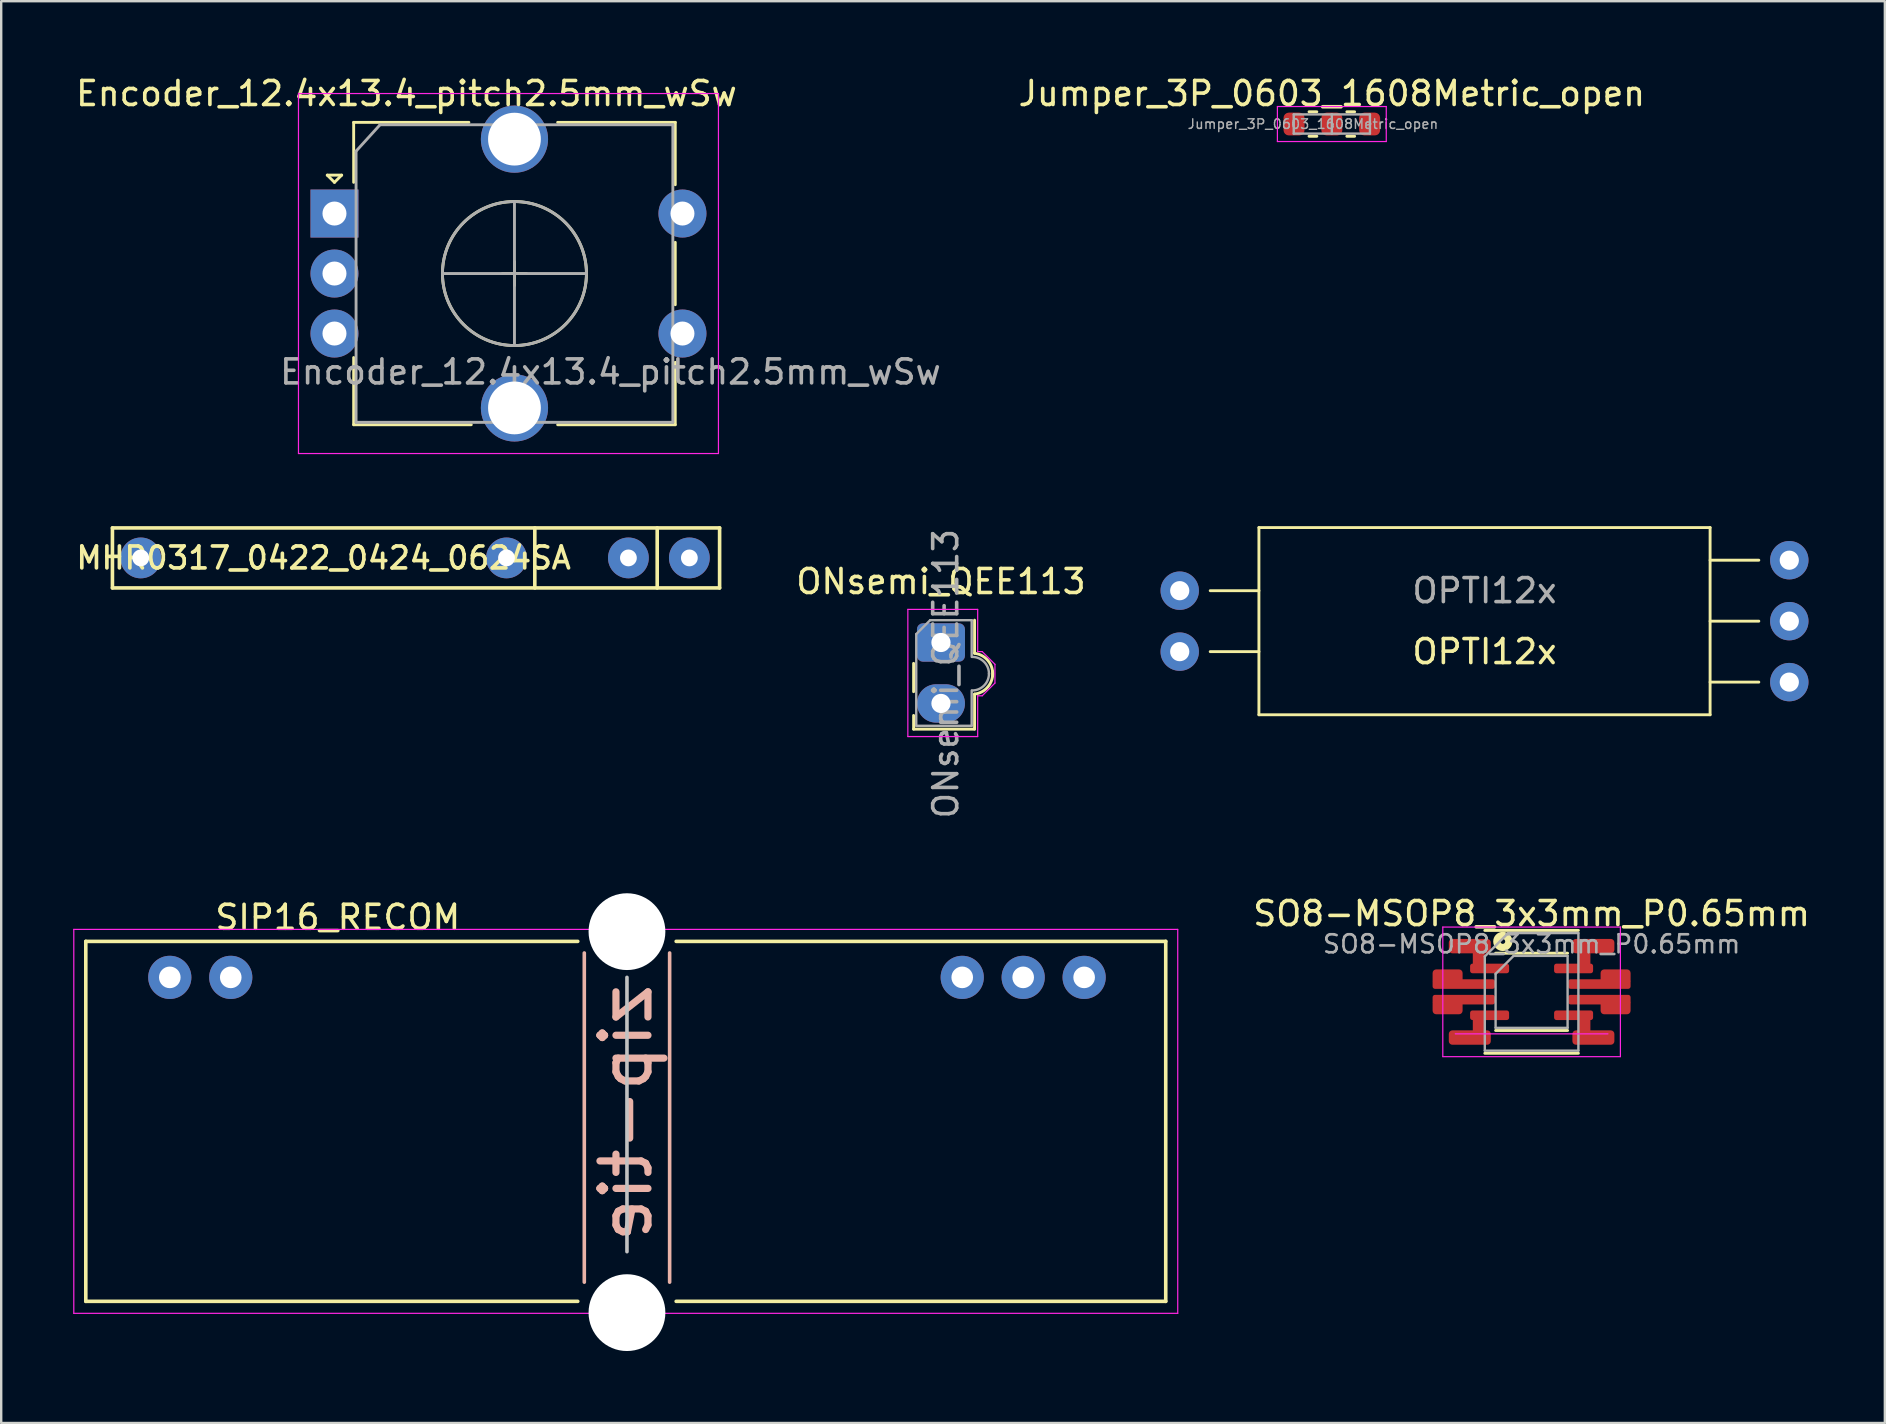
<source format=kicad_pcb>
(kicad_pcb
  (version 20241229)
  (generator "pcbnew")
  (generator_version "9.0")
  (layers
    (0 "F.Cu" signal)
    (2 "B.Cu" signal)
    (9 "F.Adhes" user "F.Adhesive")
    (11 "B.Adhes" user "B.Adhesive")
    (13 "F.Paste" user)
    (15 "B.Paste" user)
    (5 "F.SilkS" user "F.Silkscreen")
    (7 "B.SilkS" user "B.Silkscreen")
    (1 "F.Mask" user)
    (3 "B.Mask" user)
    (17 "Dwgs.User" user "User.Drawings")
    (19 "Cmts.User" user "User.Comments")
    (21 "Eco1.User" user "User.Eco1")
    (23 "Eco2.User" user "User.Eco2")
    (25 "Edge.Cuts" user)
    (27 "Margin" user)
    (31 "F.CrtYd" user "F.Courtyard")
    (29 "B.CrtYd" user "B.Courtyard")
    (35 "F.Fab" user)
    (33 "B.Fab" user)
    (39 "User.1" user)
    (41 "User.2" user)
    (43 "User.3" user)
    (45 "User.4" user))
  (footprint "SIP16_RECOM"
    (layer "F.Cu")
    (at 4.025 37.676)
    (property "Reference" "SIP16_RECOM" (at 7 -2.5 0) (layer "F.SilkS") (effects (font (size 1 1) (thickness 0.15))))
    (attr through_hole)
    (fp_line (start -3.5 13.5) (end -3.5 -1.5) (stroke (width 0.15) (type solid)) (layer "F.SilkS"))
    (fp_line (start -3.5 13.5) (end 17 13.5) (stroke (width 0.15) (type solid)) (layer "F.SilkS"))
    (fp_line (start 17 -1.5) (end -3.5 -1.5) (stroke (width 0.15) (type solid)) (layer "F.SilkS"))
    (fp_line (start 21.1 13.5) (end 41.5 13.5) (stroke (width 0.15) (type solid)) (layer "F.SilkS"))
    (fp_line (start 41.5 -1.5) (end 21.1 -1.5) (stroke (width 0.15) (type solid)) (layer "F.SilkS"))
    (fp_line (start 41.5 -1.5) (end 41.5 13.5) (stroke (width 0.15) (type solid)) (layer "F.SilkS"))
    (fp_line (start 17.272 -1.016) (end 17.272 12.7) (stroke (width 0.15) (type solid)) (layer "B.SilkS"))
    (fp_line (start 20.828 -1.016) (end 20.828 12.7) (stroke (width 0.15) (type solid)) (layer "B.SilkS"))
    (fp_line (start 19.05 11.43) (end 19.05 0) (stroke (width 0.15) (type solid)) (layer "Dwgs.User"))
    (fp_line (start -4 -2) (end 42 -2) (stroke (width 0.05) (type solid)) (layer "F.CrtYd"))
    (fp_line (start -4 14) (end -4 -2) (stroke (width 0.05) (type solid)) (layer "F.CrtYd"))
    (fp_line (start 42 -2) (end 42 14) (stroke (width 0.05) (type solid)) (layer "F.CrtYd"))
    (fp_line (start 42 14) (end -4 14) (stroke (width 0.05) (type solid)) (layer "F.CrtYd"))
    (fp_text user "zip-tie" (at 19.015 5.65 90) (layer "B.SilkS") (effects (font (size 2 2) (thickness 0.3)) (justify mirror)))
    (pad "" np_thru_hole circle (at 19.05 -1.905) (size 3.2 3.2) (drill 3.2) (layers "*.Cu" "*.Mask"))
    (pad "" np_thru_hole circle (at 19.05 13.97) (size 3.2 3.2) (drill 3.2) (layers "*.Cu" "*.Mask"))
    (pad "1" thru_hole circle (at 0 0) (size 1.8 1.8) (drill 0.9) (layers "*.Cu" "*.Mask"))
    (pad "2" thru_hole circle (at 2.54 0) (size 1.8 1.8) (drill 0.9) (layers "*.Cu" "*.Mask"))
    (pad "14" thru_hole circle (at 33.02 0) (size 1.8 1.8) (drill 0.9) (layers "*.Cu" "*.Mask"))
    (pad "15" thru_hole circle (at 35.56 0) (size 1.8 1.8) (drill 0.9) (layers "*.Cu" "*.Mask"))
    (pad "16" thru_hole circle (at 38.1 0) (size 1.8 1.8) (drill 0.9) (layers "*.Cu" "*.Mask")))
  (footprint "ONsemi_QEE113"
    (layer "F.Cu")
    (at 36.159 23.722)
    (property "Reference" "ONsemi_QEE113" (at 0 -2.54 0) (layer "F.SilkS") (effects (font (size 1 1) (thickness 0.15))))
    (attr through_hole)
    (fp_line (start -1.14 2.05) (end -1.14 0.87) (stroke (width 0.12) (type solid)) (layer "F.SilkS"))
    (fp_line (start -1.14 3.61) (end -1.14 3.04) (stroke (width 0.12) (type solid)) (layer "F.SilkS"))
    (fp_line (start 1.4 -0.93) (end 1.4 0.45) (stroke (width 0.12) (type solid)) (layer "F.SilkS"))
    (fp_line (start 1.4 2.15) (end 1.4 3.61) (stroke (width 0.12) (type solid)) (layer "F.SilkS"))
    (fp_line (start 1.4 3.61) (end -1.14 3.61) (stroke (width 0.12) (type solid)) (layer "F.SilkS"))
    (fp_arc (start 1.4 0.45) (mid 1.971751 0.76967) (end 2.15 1.4) (stroke (width 0.12) (type solid)) (layer "F.SilkS"))
    (fp_arc (start 2.15 1.2) (mid 1.971751 1.83033) (end 1.4 2.15) (stroke (width 0.12) (type solid)) (layer "F.SilkS"))
    (fp_line (start -1.38 -1.38) (end 1.53 -1.38) (stroke (width 0.05) (type solid)) (layer "F.CrtYd"))
    (fp_line (start -1.38 3.92) (end -1.38 -1.38) (stroke (width 0.05) (type solid)) (layer "F.CrtYd"))
    (fp_line (start 1.53 -1.38) (end 1.53 0.38) (stroke (width 0.05) (type solid)) (layer "F.CrtYd"))
    (fp_line (start 1.53 0.38) (end 1.72 0.38) (stroke (width 0.05) (type solid)) (layer "F.CrtYd"))
    (fp_line (start 1.53 2.22) (end 1.53 3.92) (stroke (width 0.05) (type solid)) (layer "F.CrtYd"))
    (fp_line (start 1.53 2.22) (end 1.72 2.22) (stroke (width 0.05) (type solid)) (layer "F.CrtYd"))
    (fp_line (start 1.53 3.92) (end -1.38 3.92) (stroke (width 0.05) (type solid)) (layer "F.CrtYd"))
    (fp_line (start 1.72 2.22) (end 2.25 1.69) (stroke (width 0.05) (type solid)) (layer "F.CrtYd"))
    (fp_line (start 2.25 0.91) (end 1.72 0.38) (stroke (width 0.05) (type solid)) (layer "F.CrtYd"))
    (fp_line (start 2.25 1.69) (end 2.25 0.91) (stroke (width 0.05) (type solid)) (layer "F.CrtYd"))
    (fp_line (start -1.03 3.47) (end -1.03 -0.35) (stroke (width 0.1) (type solid)) (layer "F.Fab"))
    (fp_line (start -0.45 -0.93) (end -1.03 -0.35) (stroke (width 0.1) (type solid)) (layer "F.Fab"))
    (fp_line (start -0.45 -0.93) (end 1.28 -0.93) (stroke (width 0.1) (type solid)) (layer "F.Fab"))
    (fp_line (start 1.28 -0.93) (end 1.28 0.6) (stroke (width 0.1) (type solid)) (layer "F.Fab"))
    (fp_line (start 1.28 3.47) (end -1.03 3.47) (stroke (width 0.1) (type solid)) (layer "F.Fab"))
    (fp_line (start 1.28 3.47) (end 1.28 2) (stroke (width 0.1) (type solid)) (layer "F.Fab"))
    (fp_arc (start 1.3 0.6) (mid 1.794975 0.805025) (end 2 1.3) (stroke (width 0.1) (type solid)) (layer "F.Fab"))
    (fp_arc (start 2 1.3) (mid 1.794975 1.794975) (end 1.3 2) (stroke (width 0.1) (type solid)) (layer "F.Fab"))
    (fp_text user "${REFERENCE}" (at 0.2 1.3 90) (layer "F.Fab") (effects (font (size 1 1) (thickness 0.15))))
    (pad "1" thru_hole oval (at 0 2.54) (size 2 1.6) (drill 0.8) (layers "*.Cu" "*.Mask"))
    (pad "2" thru_hole roundrect (at 0 0) (size 2 1.6) (drill 0.8) (layers "*.Cu" "*.Mask") (roundrect_rratio 0.156)))
  (footprint "MHR0317_0422_0424_0624SA"
    (layer "F.Cu")
    (at 10.435 20.198)
    (property "Reference" "MHR0317_0422_0424_0624SA" (at 0 0 0) (layer "F.SilkS") (effects (font (size 0.914 0.914) (thickness 0.152))))
    (attr through_hole)
    (fp_line (start -8.8 -1.25) (end -8.8 1.25) (stroke (width 0.15) (type solid)) (layer "F.SilkS"))
    (fp_line (start -8.8 -1.25) (end 16.5 -1.25) (stroke (width 0.15) (type solid)) (layer "F.SilkS"))
    (fp_line (start 8.8 1.25) (end 8.8 -1.25) (stroke (width 0.15) (type solid)) (layer "F.SilkS"))
    (fp_line (start 13.9 -1.25) (end 13.9 1.25) (stroke (width 0.15) (type solid)) (layer "F.SilkS"))
    (fp_line (start 16.5 -1.25) (end 16.5 1.25) (stroke (width 0.15) (type solid)) (layer "F.SilkS"))
    (fp_line (start 16.5 1.25) (end -8.8 1.25) (stroke (width 0.15) (type solid)) (layer "F.SilkS"))
    (pad "1" thru_hole circle (at -7.62 0) (size 1.7 1.7) (drill 0.7) (layers "*.Cu" "*.Mask"))
    (pad "2" thru_hole circle (at 7.62 0) (size 1.7 1.7) (drill 0.7) (layers "*.Cu" "*.Mask"))
    (pad "2" thru_hole circle (at 12.7 0) (size 1.7 1.7) (drill 0.7) (layers "*.Cu" "*.Mask"))
    (pad "2" thru_hole oval (at 15.24 0) (size 1.7 1.7) (drill 0.7) (layers "*.Cu" "*.Mask")))
  (footprint "SO8-MSOP8_3x3mm_P0.65mm"
    (layer "F.Cu")
    (at 60.77 38.279)
    (property "Reference" "SO8-MSOP8_3x3mm_P0.65mm" (at 0 -3.26 0) (layer "F.SilkS") (effects (font (size 1 1) (thickness 0.15))))
    (attr smd)
    (fp_line (start -2.2 -1.1) (end -2.2 -1.9) (stroke (width 0.5) (type solid)) (layer "F.Cu"))
    (fp_line (start -2.2 1.9) (end -2.2 1.1) (stroke (width 0.5) (type solid)) (layer "F.Cu"))
    (fp_line (start 2.2 -1.1) (end 2.2 -1.9) (stroke (width 0.5) (type solid)) (layer "F.Cu"))
    (fp_line (start 2.2 1.9) (end 2.2 1.1) (stroke (width 0.5) (type solid)) (layer "F.Cu"))
    (fp_line (start -1.95 -2.56) (end 1.95 -2.56) (stroke (width 0.12) (type solid)) (layer "F.SilkS"))
    (fp_line (start -1.95 2.56) (end 1.95 2.56) (stroke (width 0.12) (type solid)) (layer "F.SilkS"))
    (fp_line (start -1.5 -1.61) (end 1.5 -1.61) (stroke (width 0.12) (type solid)) (layer "F.SilkS"))
    (fp_line (start -1.5 1.61) (end 1.5 1.61) (stroke (width 0.12) (type solid)) (layer "F.SilkS"))
    (fp_circle (center -1.2 -2.1) (end -1.1 -2.1) (stroke (width 0.3) (type solid)) (fill no) (layer "F.SilkS"))
    (fp_line (start -3.7 -2.7) (end -3.7 2.7) (stroke (width 0.05) (type solid)) (layer "F.CrtYd"))
    (fp_line (start -3.7 2.7) (end 3.7 2.7) (stroke (width 0.05) (type solid)) (layer "F.CrtYd"))
    (fp_line (start -3.18 1.75) (end 3.18 1.75) (stroke (width 0.05) (type solid)) (layer "F.CrtYd"))
    (fp_line (start 3.7 -2.7) (end -3.7 -2.7) (stroke (width 0.05) (type solid)) (layer "F.CrtYd"))
    (fp_line (start 3.7 2.7) (end 3.7 -2.7) (stroke (width 0.05) (type solid)) (layer "F.CrtYd"))
    (fp_line (start -1.95 -1.475) (end -0.975 -2.45) (stroke (width 0.1) (type solid)) (layer "F.Fab"))
    (fp_line (start -1.95 2.45) (end -1.95 -1.475) (stroke (width 0.1) (type solid)) (layer "F.Fab"))
    (fp_line (start -1.5 -0.75) (end -0.75 -1.5) (stroke (width 0.1) (type solid)) (layer "F.Fab"))
    (fp_line (start -1.5 1.5) (end -1.5 -0.75) (stroke (width 0.1) (type solid)) (layer "F.Fab"))
    (fp_line (start -0.975 -2.45) (end 1.95 -2.45) (stroke (width 0.1) (type solid)) (layer "F.Fab"))
    (fp_line (start -0.75 -1.5) (end 1.5 -1.5) (stroke (width 0.1) (type solid)) (layer "F.Fab"))
    (fp_line (start 1.5 -1.5) (end 1.5 1.5) (stroke (width 0.1) (type solid)) (layer "F.Fab"))
    (fp_line (start 1.5 1.5) (end -1.5 1.5) (stroke (width 0.1) (type solid)) (layer "F.Fab"))
    (fp_line (start 1.95 -2.45) (end 1.95 2.45) (stroke (width 0.1) (type solid)) (layer "F.Fab"))
    (fp_line (start 1.95 2.45) (end -1.95 2.45) (stroke (width 0.1) (type solid)) (layer "F.Fab"))
    (fp_text user "${REFERENCE}" (at 0 -1.99 0) (layer "F.Fab") (effects (font (size 0.75 0.75) (thickness 0.11))))
    (pad "1" smd roundrect (at -2.575 -1.905) (size 1.75 0.6) (layers "F.Cu" "F.Mask" "F.Paste") (roundrect_rratio 0.25))
    (pad "1" smd roundrect (at -1.75 -0.975) (size 1.625 0.4) (layers "F.Cu" "F.Mask" "F.Paste") (roundrect_rratio 0.25))
    (pad "2" smd roundrect (at -3.5 -0.635) (size 1.25 0.6) (layers "F.Cu" "F.Mask" "F.Paste") (roundrect_rratio 0.25))
    (pad "2" smd roundrect (at -2.825 -0.325) (size 2.6 0.4) (layers "F.Cu" "F.Mask" "F.Paste") (roundrect_rratio 0.25))
    (pad "3" smd roundrect (at -3.5 0.635) (size 1.25 0.6) (layers "F.Cu" "F.Mask" "F.Paste") (roundrect_rratio 0.25))
    (pad "3" smd roundrect (at -2.825 0.325) (size 2.6 0.4) (layers "F.Cu" "F.Mask" "F.Paste") (roundrect_rratio 0.25))
    (pad "4" smd roundrect (at -2.575 1.905) (size 1.75 0.6) (layers "F.Cu" "F.Mask" "F.Paste") (roundrect_rratio 0.25))
    (pad "4" smd roundrect (at -1.75 0.975) (size 1.625 0.4) (layers "F.Cu" "F.Mask" "F.Paste") (roundrect_rratio 0.25))
    (pad "5" smd roundrect (at 1.75 0.975) (size 1.625 0.4) (layers "F.Cu" "F.Mask" "F.Paste") (roundrect_rratio 0.25))
    (pad "5" smd roundrect (at 2.575 1.905) (size 1.75 0.6) (layers "F.Cu" "F.Mask" "F.Paste") (roundrect_rratio 0.25))
    (pad "6" smd roundrect (at 2.825 0.325) (size 2.6 0.4) (layers "F.Cu" "F.Mask" "F.Paste") (roundrect_rratio 0.25))
    (pad "6" smd roundrect (at 3.5 0.635) (size 1.25 0.6) (layers "F.Cu" "F.Mask" "F.Paste") (roundrect_rratio 0.25))
    (pad "7" smd roundrect (at 2.825 -0.325) (size 2.6 0.4) (layers "F.Cu" "F.Mask" "F.Paste") (roundrect_rratio 0.25))
    (pad "7" smd roundrect (at 3.5 -0.635) (size 1.25 0.6) (layers "F.Cu" "F.Mask" "F.Paste") (roundrect_rratio 0.25))
    (pad "8" smd roundrect (at 1.75 -0.975) (size 1.625 0.4) (layers "F.Cu" "F.Mask" "F.Paste") (roundrect_rratio 0.25))
    (pad "8" smd roundrect (at 2.575 -1.905) (size 1.75 0.6) (layers "F.Cu" "F.Mask" "F.Paste") (roundrect_rratio 0.25)))
  (footprint "OPTI12x"
    (layer "F.Cu")
    (at 58.808 22.833)
    (property "Reference" "OPTI12x" (at 0 1.27 0) (layer "F.SilkS") (effects (font (size 1 1) (thickness 0.15))))
    (attr through_hole)
    (fp_line (start -11.43 -1.27) (end -9.4 -1.27) (stroke (width 0.12) (type solid)) (layer "F.SilkS"))
    (fp_line (start -11.43 1.27) (end -9.4 1.27) (stroke (width 0.12) (type solid)) (layer "F.SilkS"))
    (fp_line (start -9.4 -3.9) (end -9.4 3.9) (stroke (width 0.12) (type solid)) (layer "F.SilkS"))
    (fp_line (start 9.4 -3.9) (end -9.4 -3.9) (stroke (width 0.12) (type solid)) (layer "F.SilkS"))
    (fp_line (start 9.4 3.9) (end -9.4 3.9) (stroke (width 0.12) (type solid)) (layer "F.SilkS"))
    (fp_line (start 9.4 3.9) (end 9.4 -3.9) (stroke (width 0.12) (type solid)) (layer "F.SilkS"))
    (fp_line (start 11.43 -2.54) (end 9.4 -2.54) (stroke (width 0.12) (type solid)) (layer "F.SilkS"))
    (fp_line (start 11.43 0) (end 9.4 0) (stroke (width 0.12) (type solid)) (layer "F.SilkS"))
    (fp_line (start 11.43 2.54) (end 9.4 2.54) (stroke (width 0.12) (type solid)) (layer "F.SilkS"))
    (fp_text user "${REFERENCE}" (at 0 -1.27 0) (layer "F.Fab") (effects (font (size 1 1) (thickness 0.15))))
    (pad "1" thru_hole circle (at -12.7 -1.27) (size 1.6 1.6) (drill 0.8) (layers "*.Cu" "*.Mask"))
    (pad "2" thru_hole circle (at -12.7 1.27) (size 1.6 1.6) (drill 0.8) (layers "*.Cu" "*.Mask"))
    (pad "3" thru_hole circle (at 12.7 2.54) (size 1.6 1.6) (drill 0.8) (layers "*.Cu" "*.Mask"))
    (pad "4" thru_hole circle (at 12.7 0) (size 1.6 1.6) (drill 0.8) (layers "*.Cu" "*.Mask"))
    (pad "5" thru_hole circle (at 12.7 -2.54) (size 1.6 1.6) (drill 0.8) (layers "*.Cu" "*.Mask")))
  (footprint "Encoder_12.4x13.4_pitch2.5mm_wSw"
    (layer "F.Cu")
    (at 10.887 5.848)
    (property "Reference" "Encoder_12.4x13.4_pitch2.5mm_wSw" (at 3 -5 0) (layer "F.SilkS") (effects (font (size 1 1) (thickness 0.15))))
    (attr through_hole)
    (fp_line (start -0.3 -1.6) (end 0.3 -1.6) (stroke (width 0.12) (type solid)) (layer "F.SilkS"))
    (fp_line (start 0 -1.3) (end -0.3 -1.6) (stroke (width 0.12) (type solid)) (layer "F.SilkS"))
    (fp_line (start 0.3 -1.6) (end 0 -1.3) (stroke (width 0.12) (type solid)) (layer "F.SilkS"))
    (fp_line (start 0.8 -3.8) (end 0.8 -1.3) (stroke (width 0.12) (type solid)) (layer "F.SilkS"))
    (fp_line (start 0.8 8.8) (end 0.8 6) (stroke (width 0.12) (type solid)) (layer "F.SilkS"))
    (fp_line (start 5.6 -3.8) (end 0.8 -3.8) (stroke (width 0.12) (type solid)) (layer "F.SilkS"))
    (fp_line (start 5.7 8.8) (end 0.8 8.8) (stroke (width 0.12) (type solid)) (layer "F.SilkS"))
    (fp_line (start 7 2.5) (end 8 2.5) (stroke (width 0.12) (type solid)) (layer "F.SilkS"))
    (fp_line (start 7.5 2) (end 7.5 3) (stroke (width 0.12) (type solid)) (layer "F.SilkS"))
    (fp_line (start 9.3 -3.8) (end 14.2 -3.8) (stroke (width 0.12) (type solid)) (layer "F.SilkS"))
    (fp_line (start 14.2 -3.8) (end 14.2 -1.2) (stroke (width 0.12) (type solid)) (layer "F.SilkS"))
    (fp_line (start 14.2 1.2) (end 14.2 3.8) (stroke (width 0.12) (type solid)) (layer "F.SilkS"))
    (fp_line (start 14.2 6.2) (end 14.2 8.8) (stroke (width 0.12) (type solid)) (layer "F.SilkS"))
    (fp_line (start 14.2 8.8) (end 9.3 8.8) (stroke (width 0.12) (type solid)) (layer "F.SilkS"))
    (fp_circle (center 7.5 2.5) (end 10.5 2.5) (stroke (width 0.12) (type solid)) (fill no) (layer "F.SilkS"))
    (fp_line (start -1.5 -5) (end -1.5 10) (stroke (width 0.05) (type solid)) (layer "F.CrtYd"))
    (fp_line (start -1.5 -5) (end 16 -5) (stroke (width 0.05) (type solid)) (layer "F.CrtYd"))
    (fp_line (start 16 10) (end -1.5 10) (stroke (width 0.05) (type solid)) (layer "F.CrtYd"))
    (fp_line (start 16 10) (end 16 -5) (stroke (width 0.05) (type solid)) (layer "F.CrtYd"))
    (fp_line (start 0.9 -2.6) (end 1.9 -3.7) (stroke (width 0.12) (type solid)) (layer "F.Fab"))
    (fp_line (start 0.9 8.7) (end 0.9 -2.6) (stroke (width 0.12) (type solid)) (layer "F.Fab"))
    (fp_line (start 1.9 -3.7) (end 14.1 -3.7) (stroke (width 0.12) (type solid)) (layer "F.Fab"))
    (fp_line (start 4.5 2.5) (end 10.5 2.5) (stroke (width 0.12) (type solid)) (layer "F.Fab"))
    (fp_line (start 7.5 -0.5) (end 7.5 5.5) (stroke (width 0.12) (type solid)) (layer "F.Fab"))
    (fp_line (start 14.1 -3.7) (end 14.1 8.7) (stroke (width 0.12) (type solid)) (layer "F.Fab"))
    (fp_line (start 14.1 8.7) (end 0.9 8.7) (stroke (width 0.12) (type solid)) (layer "F.Fab"))
    (fp_circle (center 7.5 2.5) (end 10.5 2.5) (stroke (width 0.12) (type solid)) (fill no) (layer "F.Fab"))
    (fp_text user "${REFERENCE}" (at 11.5 6.6 0) (layer "F.Fab") (effects (font (size 1 1) (thickness 0.15))))
    (pad "A" thru_hole rect (at 0 0) (size 2 2) (drill 1) (layers "*.Cu" "*.Mask"))
    (pad "B" thru_hole circle (at 0 5) (size 2 2) (drill 1) (layers "*.Cu" "*.Mask"))
    (pad "C" thru_hole circle (at 0 2.5) (size 2 2) (drill 1) (layers "*.Cu" "*.Mask"))
    (pad "MP" thru_hole circle (at 7.5 -3.1) (size 2.8 2.8) (drill 2.2) (layers "*.Cu" "*.Mask"))
    (pad "MP" thru_hole circle (at 7.5 8.1) (size 2.8 2.8) (drill 2.2) (layers "*.Cu" "*.Mask"))
    (pad "S1" thru_hole circle (at 14.5 0) (size 2 2) (drill 1) (layers "*.Cu" "*.Mask"))
    (pad "S2" thru_hole circle (at 14.5 5) (size 2 2) (drill 1) (layers "*.Cu" "*.Mask")))
  (footprint "Jumper_3P_0603_1608Metric_open"
    (layer "F.Cu")
    (at 52.446 2.118)
    (property "Reference" "Jumper_3P_0603_1608Metric_open" (at 0 -1.27 0) (layer "F.SilkS") (effects (font (size 1 1) (thickness 0.15))))
    (attr smd)
    (fp_line (start -0.95 -0.51) (end -0.625 -0.51) (stroke (width 0.12) (type solid)) (layer "F.SilkS"))
    (fp_line (start -0.95 0.51) (end -0.625 0.51) (stroke (width 0.12) (type solid)) (layer "F.SilkS"))
    (fp_line (start 0.95 -0.51) (end 0.625 -0.51) (stroke (width 0.12) (type solid)) (layer "F.SilkS"))
    (fp_line (start 0.95 0.51) (end 0.625 0.51) (stroke (width 0.12) (type solid)) (layer "F.SilkS"))
    (fp_line (start -2.268 -0.73) (end 2.268 -0.73) (stroke (width 0.05) (type solid)) (layer "F.CrtYd"))
    (fp_line (start -2.268 0.73) (end -2.268 -0.73) (stroke (width 0.05) (type solid)) (layer "F.CrtYd"))
    (fp_line (start 2.268 -0.73) (end 2.268 0.73) (stroke (width 0.05) (type solid)) (layer "F.CrtYd"))
    (fp_line (start 2.268 0.73) (end -2.268 0.73) (stroke (width 0.05) (type solid)) (layer "F.CrtYd"))
    (fp_line (start -1.587 -0.4) (end 0 -0.4) (stroke (width 0.1) (type solid)) (layer "F.Fab"))
    (fp_line (start -1.587 0.4) (end -1.587 -0.4) (stroke (width 0.1) (type solid)) (layer "F.Fab"))
    (fp_line (start 0 -0.4) (end 0 0.4) (stroke (width 0.1) (type solid)) (layer "F.Fab"))
    (fp_line (start 0 -0.4) (end 1.587 -0.4) (stroke (width 0.1) (type solid)) (layer "F.Fab"))
    (fp_line (start 0 0.4) (end -1.587 0.4) (stroke (width 0.1) (type solid)) (layer "F.Fab"))
    (fp_line (start 1.587 -0.4) (end 1.587 0.4) (stroke (width 0.1) (type solid)) (layer "F.Fab"))
    (fp_line (start 1.587 0.4) (end 0 0.4) (stroke (width 0.1) (type solid)) (layer "F.Fab"))
    (fp_text user "${REFERENCE}" (at -0.787 0 0) (layer "F.Fab") (effects (font (size 0.4 0.4) (thickness 0.06))))
    (pad "1" smd roundrect (at -1.575 0) (size 0.875 0.95) (layers "F.Cu" "F.Mask" "F.Paste") (roundrect_rratio 0.25))
    (pad "2" smd roundrect (at 0 0) (size 0.875 0.95) (layers "F.Cu" "F.Mask" "F.Paste") (roundrect_rratio 0.25))
    (pad "3" smd roundrect (at 1.575 0) (size 0.875 0.95) (layers "F.Cu" "F.Mask" "F.Paste") (roundrect_rratio 0.25)))
  (gr_rect
    (start -3 -3)
    (end 75.49 56.246)
    (stroke (width 0.1) (type default))
    (fill no)
    (layer "Edge.Cuts")))
</source>
